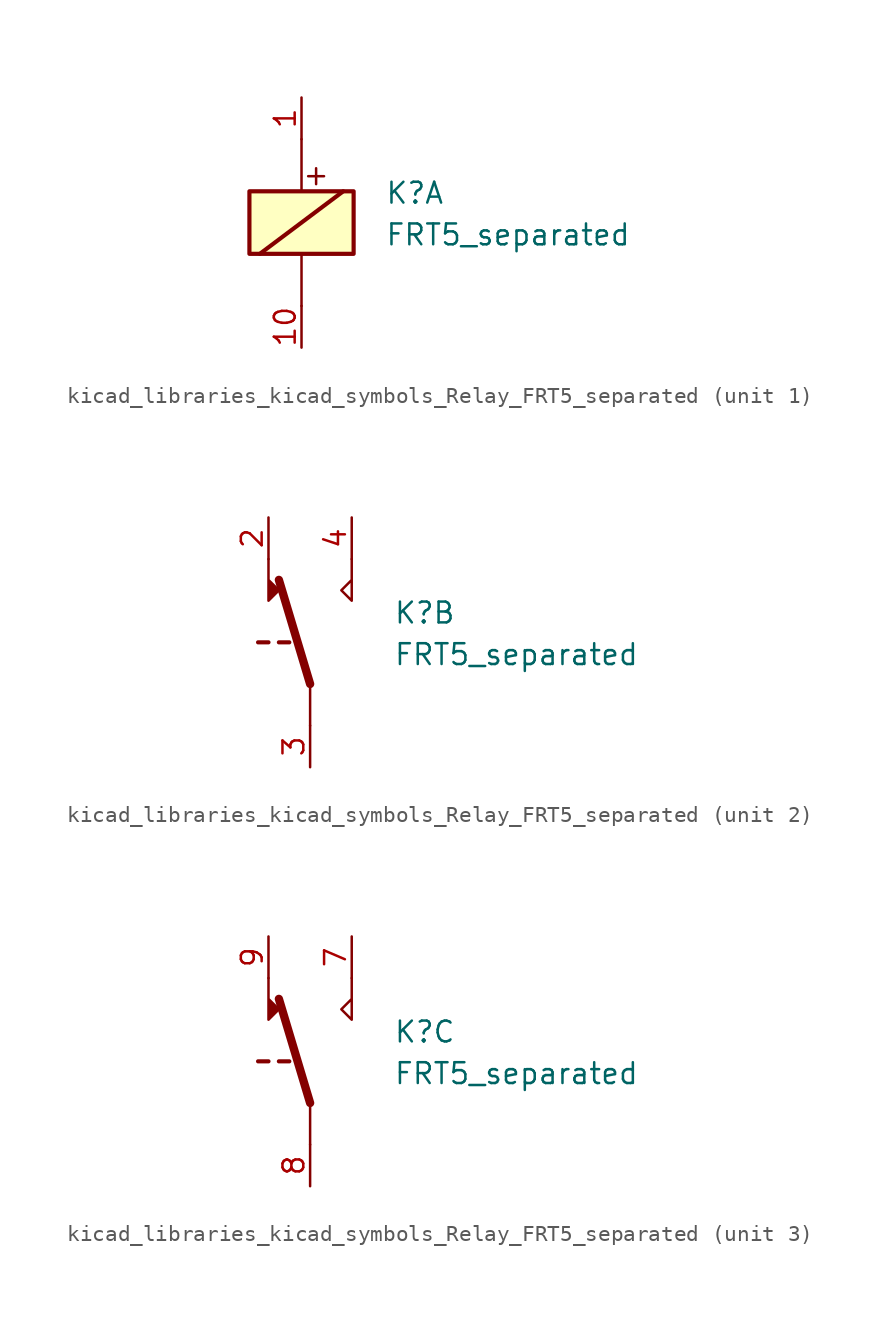
<source format=kicad_sym>
(kicad_symbol_lib
  (version 20220914)
  (generator kicad_symbol_editor)
  (symbol "kicad_libraries_kicad_symbols_Relay_FRT5_separated"
    (property "Reference" "K"
      (at 5.08 2.54 0)
      (effects (font (size 1.27 1.27)) (justify left top)))
    (property "Value" "FRT5_separated"
      (at 5.08 0 0)
      (effects (font (size 1.27 1.27)) (justify left top)))
    (symbol "kicad_libraries_kicad_symbols_Relay_FRT5_separated_1_0"
      (text "+" (at 0.889 2.921 0) (effects (font (size 1.27 1.27)))))
    (symbol "kicad_libraries_kicad_symbols_Relay_FRT5_separated_1_1"
      (rectangle (start -3.175 1.905) (end 3.175 -1.905) (stroke (width 0.254) (type default)) (fill (type background)))
      (polyline (pts (xy -2.54 -1.905) (xy 2.54 1.905)) (stroke (width 0.254) (type default)) (fill (type none)))
      (polyline (pts (xy 0 -5.08) (xy 0 -1.905)) (stroke (width 0) (type default)) (fill (type none)))
      (polyline (pts (xy 0 5.08) (xy 0 1.905)) (stroke (width 0) (type default)) (fill (type none)))
      (pin passive line (at 0 7.62 270) (length 2.54) (name "~" (effects (font (size 1.27 1.27)))) (number "1" (effects (font (size 1.27 1.27)))))
      (pin passive line (at 0 -7.62 90) (length 2.54) (name "~" (effects (font (size 1.27 1.27)))) (number "10" (effects (font (size 1.27 1.27))))))
    (symbol "kicad_libraries_kicad_symbols_Relay_FRT5_separated_2_1"
      (polyline (pts (xy -3.175 0) (xy -2.54 0)) (stroke (width 0.254) (type default)) (fill (type none)))
      (polyline (pts (xy -1.905 0) (xy -1.27 0)) (stroke (width 0.254) (type default)) (fill (type none)))
      (polyline (pts (xy 0 -2.54) (xy -1.905 3.81)) (stroke (width 0.508) (type default)) (fill (type none)))
      (polyline (pts (xy 0 -2.54) (xy 0 -5.08)) (stroke (width 0) (type default)) (fill (type none)))
      (polyline (pts (xy -2.54 5.08) (xy -2.54 2.54) (xy -1.905 3.175) (xy -2.54 3.81)) (stroke (width 0) (type default)) (fill (type outline)))
      (polyline (pts (xy 2.54 5.08) (xy 2.54 2.54) (xy 1.905 3.175) (xy 2.54 3.81)) (stroke (width 0) (type default)) (fill (type none)))
      (pin passive line (at -2.54 7.62 270) (length 2.54) (name "~" (effects (font (size 1.27 1.27)))) (number "2" (effects (font (size 1.27 1.27)))))
      (pin passive line (at 0 -7.62 90) (length 2.54) (name "~" (effects (font (size 1.27 1.27)))) (number "3" (effects (font (size 1.27 1.27)))))
      (pin passive line (at 2.54 7.62 270) (length 2.54) (name "~" (effects (font (size 1.27 1.27)))) (number "4" (effects (font (size 1.27 1.27))))))
    (symbol "kicad_libraries_kicad_symbols_Relay_FRT5_separated_3_1"
      (polyline (pts (xy -3.175 0) (xy -2.54 0)) (stroke (width 0.254) (type default)) (fill (type none)))
      (polyline (pts (xy -1.905 0) (xy -1.27 0)) (stroke (width 0.254) (type default)) (fill (type none)))
      (polyline (pts (xy 0 -2.54) (xy -1.905 3.81)) (stroke (width 0.508) (type default)) (fill (type none)))
      (polyline (pts (xy 0 -2.54) (xy 0 -5.08)) (stroke (width 0) (type default)) (fill (type none)))
      (polyline (pts (xy -2.54 5.08) (xy -2.54 2.54) (xy -1.905 3.175) (xy -2.54 3.81)) (stroke (width 0) (type default)) (fill (type outline)))
      (polyline (pts (xy 2.54 5.08) (xy 2.54 2.54) (xy 1.905 3.175) (xy 2.54 3.81)) (stroke (width 0) (type default)) (fill (type none)))
      (pin passive line (at 2.54 7.62 270) (length 2.54) (name "~" (effects (font (size 1.27 1.27)))) (number "7" (effects (font (size 1.27 1.27)))))
      (pin passive line (at 0 -7.62 90) (length 2.54) (name "~" (effects (font (size 1.27 1.27)))) (number "8" (effects (font (size 1.27 1.27)))))
      (pin passive line (at -2.54 7.62 270) (length 2.54) (name "~" (effects (font (size 1.27 1.27)))) (number "9" (effects (font (size 1.27 1.27))))))))
</source>
